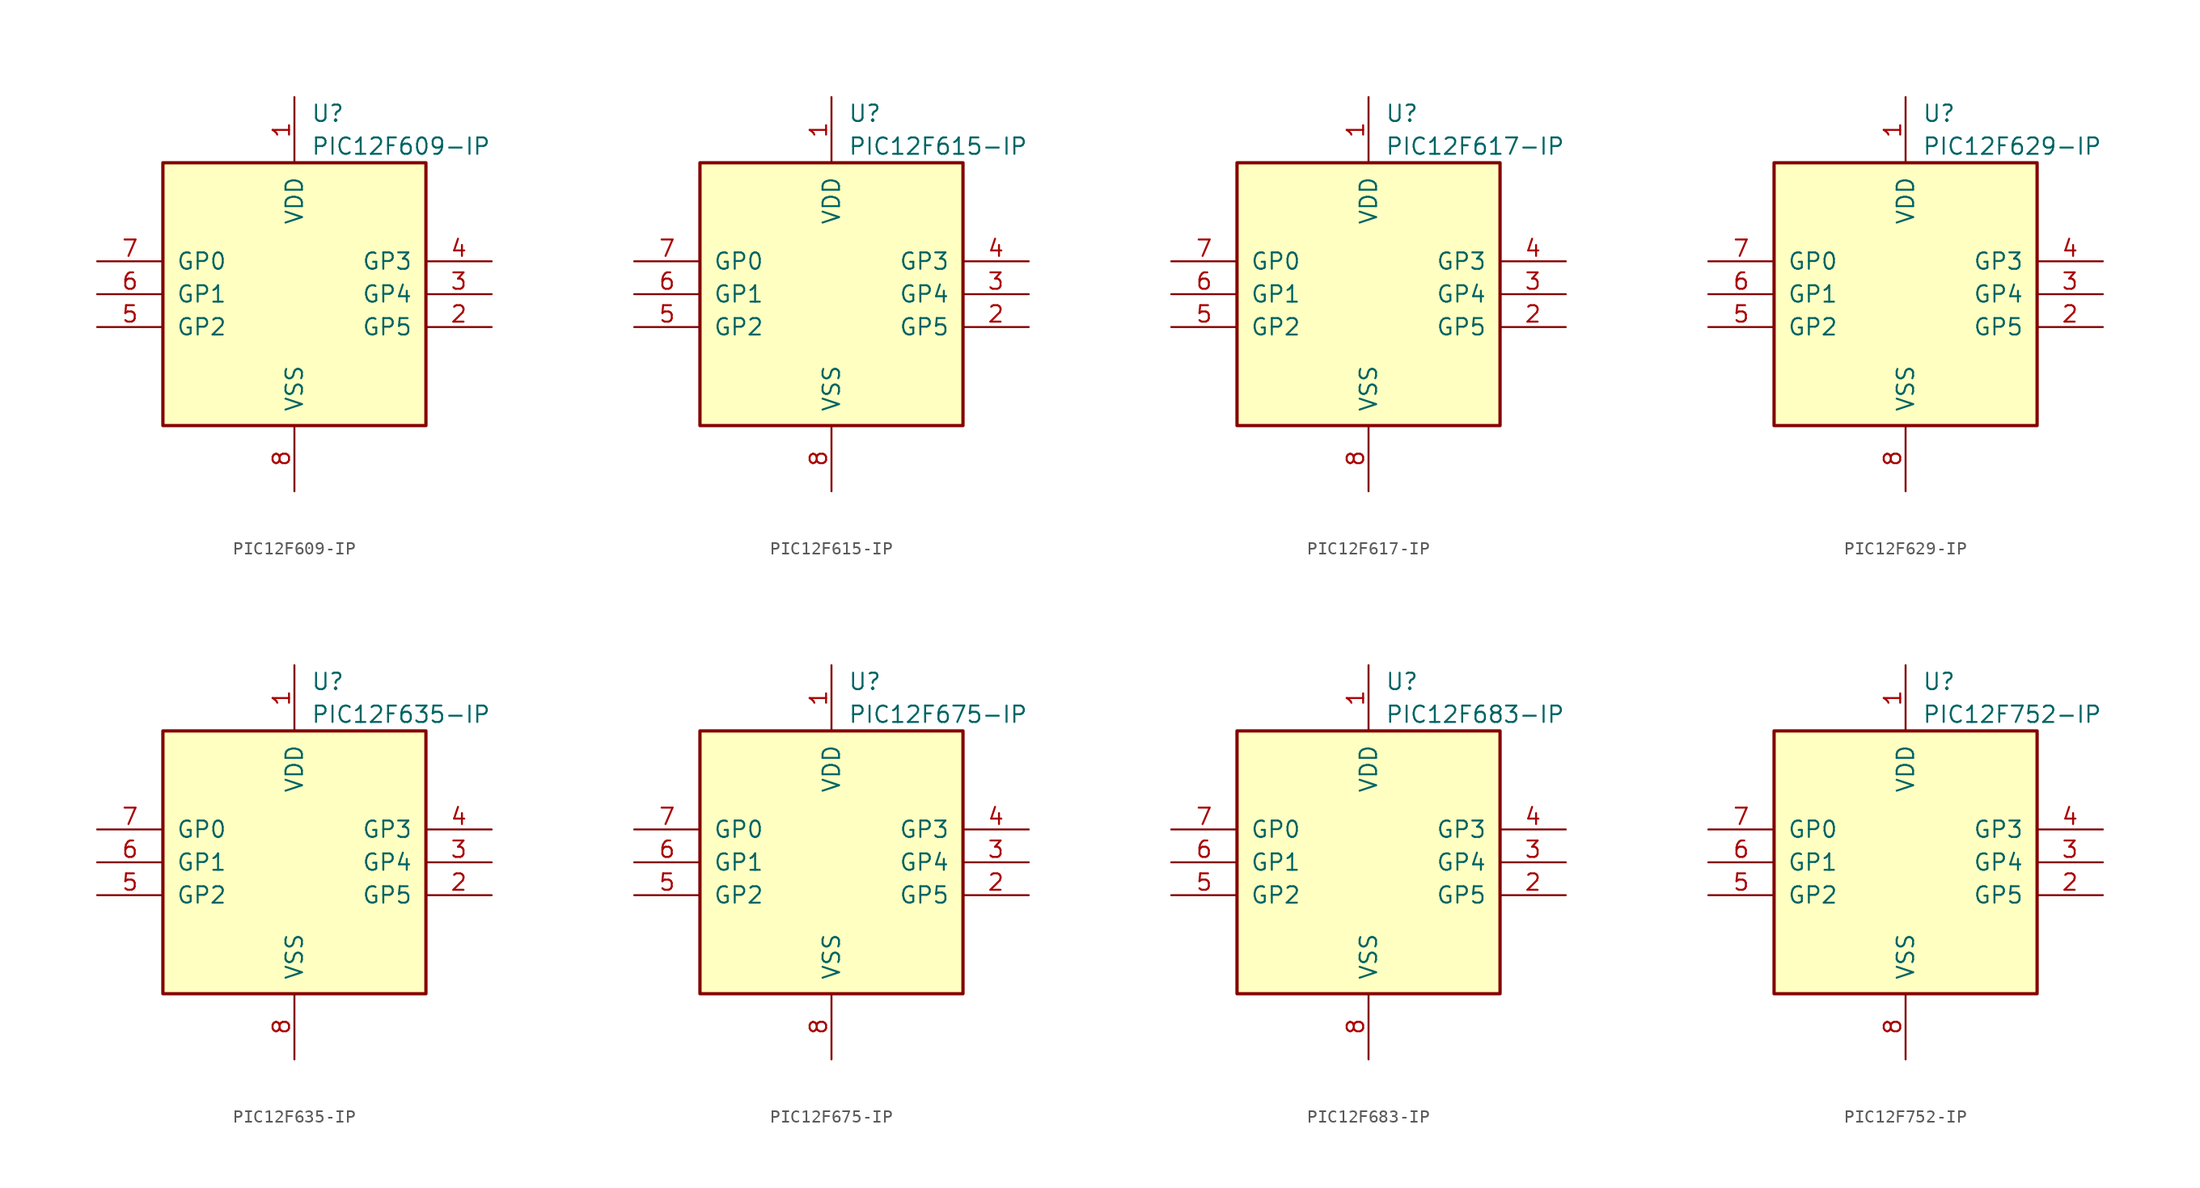
<source format=kicad_sym>
(kicad_symbol_lib
  (version 20201005)
  (generator kicad_symbol_editor)
  (symbol "MCU_Microchip_PIC12:PIC12F609-IP"
    (pin_names
      (offset 1.016))
    (property "Reference" "U"
      (at 1.27 13.97 0)
      (effects (font (size 1.27 1.27)) (justify left)))
    (property "Value" "PIC12F609-IP"
      (at 1.27 11.43 0)
      (effects (font (size 1.27 1.27)) (justify left)))
    (symbol "PIC12F609-IP_0_1"
      (rectangle (start 10.16 -10.16) (end -10.16 10.16) (stroke (width 0.254)) (fill (type background))))
    (symbol "PIC12F609-IP_1_1"
      (pin power_in line (at 0 15.24 270) (length 5.08) (name "VDD" (effects (font (size 1.27 1.27)))) (number "1" (effects (font (size 1.27 1.27)))))
      (pin bidirectional line (at 15.24 -2.54 180) (length 5.08) (name "GP5" (effects (font (size 1.27 1.27)))) (number "2" (effects (font (size 1.27 1.27)))))
      (pin bidirectional line (at 15.24 0 180) (length 5.08) (name "GP4" (effects (font (size 1.27 1.27)))) (number "3" (effects (font (size 1.27 1.27)))))
      (pin input line (at 15.24 2.54 180) (length 5.08) (name "GP3" (effects (font (size 1.27 1.27)))) (number "4" (effects (font (size 1.27 1.27)))))
      (pin bidirectional line (at -15.24 -2.54 0) (length 5.08) (name "GP2" (effects (font (size 1.27 1.27)))) (number "5" (effects (font (size 1.27 1.27)))))
      (pin bidirectional line (at -15.24 0 0) (length 5.08) (name "GP1" (effects (font (size 1.27 1.27)))) (number "6" (effects (font (size 1.27 1.27)))))
      (pin bidirectional line (at -15.24 2.54 0) (length 5.08) (name "GP0" (effects (font (size 1.27 1.27)))) (number "7" (effects (font (size 1.27 1.27)))))
      (pin power_in line (at 0 -15.24 90) (length 5.08) (name "VSS" (effects (font (size 1.27 1.27)))) (number "8" (effects (font (size 1.27 1.27)))))))
  (symbol "MCU_Microchip_PIC12:PIC12F615-IP"
    (pin_names
      (offset 1.016))
    (property "Reference" "U"
      (at 1.27 13.97 0)
      (effects (font (size 1.27 1.27)) (justify left)))
    (property "Value" "PIC12F615-IP"
      (at 1.27 11.43 0)
      (effects (font (size 1.27 1.27)) (justify left)))
    (symbol "PIC12F615-IP_0_1"
      (rectangle (start 10.16 -10.16) (end -10.16 10.16) (stroke (width 0.254)) (fill (type background))))
    (symbol "PIC12F615-IP_1_1"
      (pin power_in line (at 0 15.24 270) (length 5.08) (name "VDD" (effects (font (size 1.27 1.27)))) (number "1" (effects (font (size 1.27 1.27)))))
      (pin bidirectional line (at 15.24 -2.54 180) (length 5.08) (name "GP5" (effects (font (size 1.27 1.27)))) (number "2" (effects (font (size 1.27 1.27)))))
      (pin bidirectional line (at 15.24 0 180) (length 5.08) (name "GP4" (effects (font (size 1.27 1.27)))) (number "3" (effects (font (size 1.27 1.27)))))
      (pin input line (at 15.24 2.54 180) (length 5.08) (name "GP3" (effects (font (size 1.27 1.27)))) (number "4" (effects (font (size 1.27 1.27)))))
      (pin bidirectional line (at -15.24 -2.54 0) (length 5.08) (name "GP2" (effects (font (size 1.27 1.27)))) (number "5" (effects (font (size 1.27 1.27)))))
      (pin bidirectional line (at -15.24 0 0) (length 5.08) (name "GP1" (effects (font (size 1.27 1.27)))) (number "6" (effects (font (size 1.27 1.27)))))
      (pin bidirectional line (at -15.24 2.54 0) (length 5.08) (name "GP0" (effects (font (size 1.27 1.27)))) (number "7" (effects (font (size 1.27 1.27)))))
      (pin power_in line (at 0 -15.24 90) (length 5.08) (name "VSS" (effects (font (size 1.27 1.27)))) (number "8" (effects (font (size 1.27 1.27)))))))
  (symbol "MCU_Microchip_PIC12:PIC12F617-IP"
    (pin_names
      (offset 1.016))
    (property "Reference" "U"
      (at 1.27 13.97 0)
      (effects (font (size 1.27 1.27)) (justify left)))
    (property "Value" "PIC12F617-IP"
      (at 1.27 11.43 0)
      (effects (font (size 1.27 1.27)) (justify left)))
    (symbol "PIC12F617-IP_0_1"
      (rectangle (start 10.16 -10.16) (end -10.16 10.16) (stroke (width 0.254)) (fill (type background))))
    (symbol "PIC12F617-IP_1_1"
      (pin power_in line (at 0 15.24 270) (length 5.08) (name "VDD" (effects (font (size 1.27 1.27)))) (number "1" (effects (font (size 1.27 1.27)))))
      (pin bidirectional line (at 15.24 -2.54 180) (length 5.08) (name "GP5" (effects (font (size 1.27 1.27)))) (number "2" (effects (font (size 1.27 1.27)))))
      (pin bidirectional line (at 15.24 0 180) (length 5.08) (name "GP4" (effects (font (size 1.27 1.27)))) (number "3" (effects (font (size 1.27 1.27)))))
      (pin input line (at 15.24 2.54 180) (length 5.08) (name "GP3" (effects (font (size 1.27 1.27)))) (number "4" (effects (font (size 1.27 1.27)))))
      (pin bidirectional line (at -15.24 -2.54 0) (length 5.08) (name "GP2" (effects (font (size 1.27 1.27)))) (number "5" (effects (font (size 1.27 1.27)))))
      (pin bidirectional line (at -15.24 0 0) (length 5.08) (name "GP1" (effects (font (size 1.27 1.27)))) (number "6" (effects (font (size 1.27 1.27)))))
      (pin bidirectional line (at -15.24 2.54 0) (length 5.08) (name "GP0" (effects (font (size 1.27 1.27)))) (number "7" (effects (font (size 1.27 1.27)))))
      (pin power_in line (at 0 -15.24 90) (length 5.08) (name "VSS" (effects (font (size 1.27 1.27)))) (number "8" (effects (font (size 1.27 1.27)))))))
  (symbol "MCU_Microchip_PIC12:PIC12F629-IP"
    (pin_names
      (offset 1.016))
    (property "Reference" "U"
      (at 1.27 13.97 0)
      (effects (font (size 1.27 1.27)) (justify left)))
    (property "Value" "PIC12F629-IP"
      (at 1.27 11.43 0)
      (effects (font (size 1.27 1.27)) (justify left)))
    (symbol "PIC12F629-IP_0_1"
      (rectangle (start 10.16 -10.16) (end -10.16 10.16) (stroke (width 0.254)) (fill (type background))))
    (symbol "PIC12F629-IP_1_1"
      (pin power_in line (at 0 15.24 270) (length 5.08) (name "VDD" (effects (font (size 1.27 1.27)))) (number "1" (effects (font (size 1.27 1.27)))))
      (pin bidirectional line (at 15.24 -2.54 180) (length 5.08) (name "GP5" (effects (font (size 1.27 1.27)))) (number "2" (effects (font (size 1.27 1.27)))))
      (pin bidirectional line (at 15.24 0 180) (length 5.08) (name "GP4" (effects (font (size 1.27 1.27)))) (number "3" (effects (font (size 1.27 1.27)))))
      (pin input line (at 15.24 2.54 180) (length 5.08) (name "GP3" (effects (font (size 1.27 1.27)))) (number "4" (effects (font (size 1.27 1.27)))))
      (pin bidirectional line (at -15.24 -2.54 0) (length 5.08) (name "GP2" (effects (font (size 1.27 1.27)))) (number "5" (effects (font (size 1.27 1.27)))))
      (pin bidirectional line (at -15.24 0 0) (length 5.08) (name "GP1" (effects (font (size 1.27 1.27)))) (number "6" (effects (font (size 1.27 1.27)))))
      (pin bidirectional line (at -15.24 2.54 0) (length 5.08) (name "GP0" (effects (font (size 1.27 1.27)))) (number "7" (effects (font (size 1.27 1.27)))))
      (pin power_in line (at 0 -15.24 90) (length 5.08) (name "VSS" (effects (font (size 1.27 1.27)))) (number "8" (effects (font (size 1.27 1.27)))))))
  (symbol "MCU_Microchip_PIC12:PIC12F635-IP"
    (pin_names
      (offset 1.016))
    (property "Reference" "U"
      (at 1.27 13.97 0)
      (effects (font (size 1.27 1.27)) (justify left)))
    (property "Value" "PIC12F635-IP"
      (at 1.27 11.43 0)
      (effects (font (size 1.27 1.27)) (justify left)))
    (symbol "PIC12F635-IP_0_1"
      (rectangle (start 10.16 -10.16) (end -10.16 10.16) (stroke (width 0.254)) (fill (type background))))
    (symbol "PIC12F635-IP_1_1"
      (pin power_in line (at 0 15.24 270) (length 5.08) (name "VDD" (effects (font (size 1.27 1.27)))) (number "1" (effects (font (size 1.27 1.27)))))
      (pin bidirectional line (at 15.24 -2.54 180) (length 5.08) (name "GP5" (effects (font (size 1.27 1.27)))) (number "2" (effects (font (size 1.27 1.27)))))
      (pin bidirectional line (at 15.24 0 180) (length 5.08) (name "GP4" (effects (font (size 1.27 1.27)))) (number "3" (effects (font (size 1.27 1.27)))))
      (pin input line (at 15.24 2.54 180) (length 5.08) (name "GP3" (effects (font (size 1.27 1.27)))) (number "4" (effects (font (size 1.27 1.27)))))
      (pin bidirectional line (at -15.24 -2.54 0) (length 5.08) (name "GP2" (effects (font (size 1.27 1.27)))) (number "5" (effects (font (size 1.27 1.27)))))
      (pin bidirectional line (at -15.24 0 0) (length 5.08) (name "GP1" (effects (font (size 1.27 1.27)))) (number "6" (effects (font (size 1.27 1.27)))))
      (pin bidirectional line (at -15.24 2.54 0) (length 5.08) (name "GP0" (effects (font (size 1.27 1.27)))) (number "7" (effects (font (size 1.27 1.27)))))
      (pin power_in line (at 0 -15.24 90) (length 5.08) (name "VSS" (effects (font (size 1.27 1.27)))) (number "8" (effects (font (size 1.27 1.27)))))))
  (symbol "MCU_Microchip_PIC12:PIC12F675-IP"
    (pin_names
      (offset 1.016))
    (property "Reference" "U"
      (at 1.27 13.97 0)
      (effects (font (size 1.27 1.27)) (justify left)))
    (property "Value" "PIC12F675-IP"
      (at 1.27 11.43 0)
      (effects (font (size 1.27 1.27)) (justify left)))
    (symbol "PIC12F675-IP_0_1"
      (rectangle (start 10.16 -10.16) (end -10.16 10.16) (stroke (width 0.254)) (fill (type background))))
    (symbol "PIC12F675-IP_1_1"
      (pin power_in line (at 0 15.24 270) (length 5.08) (name "VDD" (effects (font (size 1.27 1.27)))) (number "1" (effects (font (size 1.27 1.27)))))
      (pin bidirectional line (at 15.24 -2.54 180) (length 5.08) (name "GP5" (effects (font (size 1.27 1.27)))) (number "2" (effects (font (size 1.27 1.27)))))
      (pin bidirectional line (at 15.24 0 180) (length 5.08) (name "GP4" (effects (font (size 1.27 1.27)))) (number "3" (effects (font (size 1.27 1.27)))))
      (pin input line (at 15.24 2.54 180) (length 5.08) (name "GP3" (effects (font (size 1.27 1.27)))) (number "4" (effects (font (size 1.27 1.27)))))
      (pin bidirectional line (at -15.24 -2.54 0) (length 5.08) (name "GP2" (effects (font (size 1.27 1.27)))) (number "5" (effects (font (size 1.27 1.27)))))
      (pin bidirectional line (at -15.24 0 0) (length 5.08) (name "GP1" (effects (font (size 1.27 1.27)))) (number "6" (effects (font (size 1.27 1.27)))))
      (pin bidirectional line (at -15.24 2.54 0) (length 5.08) (name "GP0" (effects (font (size 1.27 1.27)))) (number "7" (effects (font (size 1.27 1.27)))))
      (pin power_in line (at 0 -15.24 90) (length 5.08) (name "VSS" (effects (font (size 1.27 1.27)))) (number "8" (effects (font (size 1.27 1.27)))))))
  (symbol "MCU_Microchip_PIC12:PIC12F683-IP"
    (pin_names
      (offset 1.016))
    (property "Reference" "U"
      (at 1.27 13.97 0)
      (effects (font (size 1.27 1.27)) (justify left)))
    (property "Value" "PIC12F683-IP"
      (at 1.27 11.43 0)
      (effects (font (size 1.27 1.27)) (justify left)))
    (symbol "PIC12F683-IP_0_1"
      (rectangle (start 10.16 -10.16) (end -10.16 10.16) (stroke (width 0.254)) (fill (type background))))
    (symbol "PIC12F683-IP_1_1"
      (pin power_in line (at 0 15.24 270) (length 5.08) (name "VDD" (effects (font (size 1.27 1.27)))) (number "1" (effects (font (size 1.27 1.27)))))
      (pin bidirectional line (at 15.24 -2.54 180) (length 5.08) (name "GP5" (effects (font (size 1.27 1.27)))) (number "2" (effects (font (size 1.27 1.27)))))
      (pin bidirectional line (at 15.24 0 180) (length 5.08) (name "GP4" (effects (font (size 1.27 1.27)))) (number "3" (effects (font (size 1.27 1.27)))))
      (pin input line (at 15.24 2.54 180) (length 5.08) (name "GP3" (effects (font (size 1.27 1.27)))) (number "4" (effects (font (size 1.27 1.27)))))
      (pin bidirectional line (at -15.24 -2.54 0) (length 5.08) (name "GP2" (effects (font (size 1.27 1.27)))) (number "5" (effects (font (size 1.27 1.27)))))
      (pin bidirectional line (at -15.24 0 0) (length 5.08) (name "GP1" (effects (font (size 1.27 1.27)))) (number "6" (effects (font (size 1.27 1.27)))))
      (pin bidirectional line (at -15.24 2.54 0) (length 5.08) (name "GP0" (effects (font (size 1.27 1.27)))) (number "7" (effects (font (size 1.27 1.27)))))
      (pin power_in line (at 0 -15.24 90) (length 5.08) (name "VSS" (effects (font (size 1.27 1.27)))) (number "8" (effects (font (size 1.27 1.27)))))))
  (symbol "MCU_Microchip_PIC12:PIC12F752-IP"
    (pin_names
      (offset 1.016))
    (property "Reference" "U"
      (at 1.27 13.97 0)
      (effects (font (size 1.27 1.27)) (justify left)))
    (property "Value" "PIC12F752-IP"
      (at 1.27 11.43 0)
      (effects (font (size 1.27 1.27)) (justify left)))
    (symbol "PIC12F752-IP_0_1"
      (rectangle (start 10.16 -10.16) (end -10.16 10.16) (stroke (width 0.254)) (fill (type background))))
    (symbol "PIC12F752-IP_1_1"
      (pin power_in line (at 0 15.24 270) (length 5.08) (name "VDD" (effects (font (size 1.27 1.27)))) (number "1" (effects (font (size 1.27 1.27)))))
      (pin bidirectional line (at 15.24 -2.54 180) (length 5.08) (name "GP5" (effects (font (size 1.27 1.27)))) (number "2" (effects (font (size 1.27 1.27)))))
      (pin bidirectional line (at 15.24 0 180) (length 5.08) (name "GP4" (effects (font (size 1.27 1.27)))) (number "3" (effects (font (size 1.27 1.27)))))
      (pin input line (at 15.24 2.54 180) (length 5.08) (name "GP3" (effects (font (size 1.27 1.27)))) (number "4" (effects (font (size 1.27 1.27)))))
      (pin bidirectional line (at -15.24 -2.54 0) (length 5.08) (name "GP2" (effects (font (size 1.27 1.27)))) (number "5" (effects (font (size 1.27 1.27)))))
      (pin bidirectional line (at -15.24 0 0) (length 5.08) (name "GP1" (effects (font (size 1.27 1.27)))) (number "6" (effects (font (size 1.27 1.27)))))
      (pin bidirectional line (at -15.24 2.54 0) (length 5.08) (name "GP0" (effects (font (size 1.27 1.27)))) (number "7" (effects (font (size 1.27 1.27)))))
      (pin power_in line (at 0 -15.24 90) (length 5.08) (name "VSS" (effects (font (size 1.27 1.27)))) (number "8" (effects (font (size 1.27 1.27))))))))
</source>
